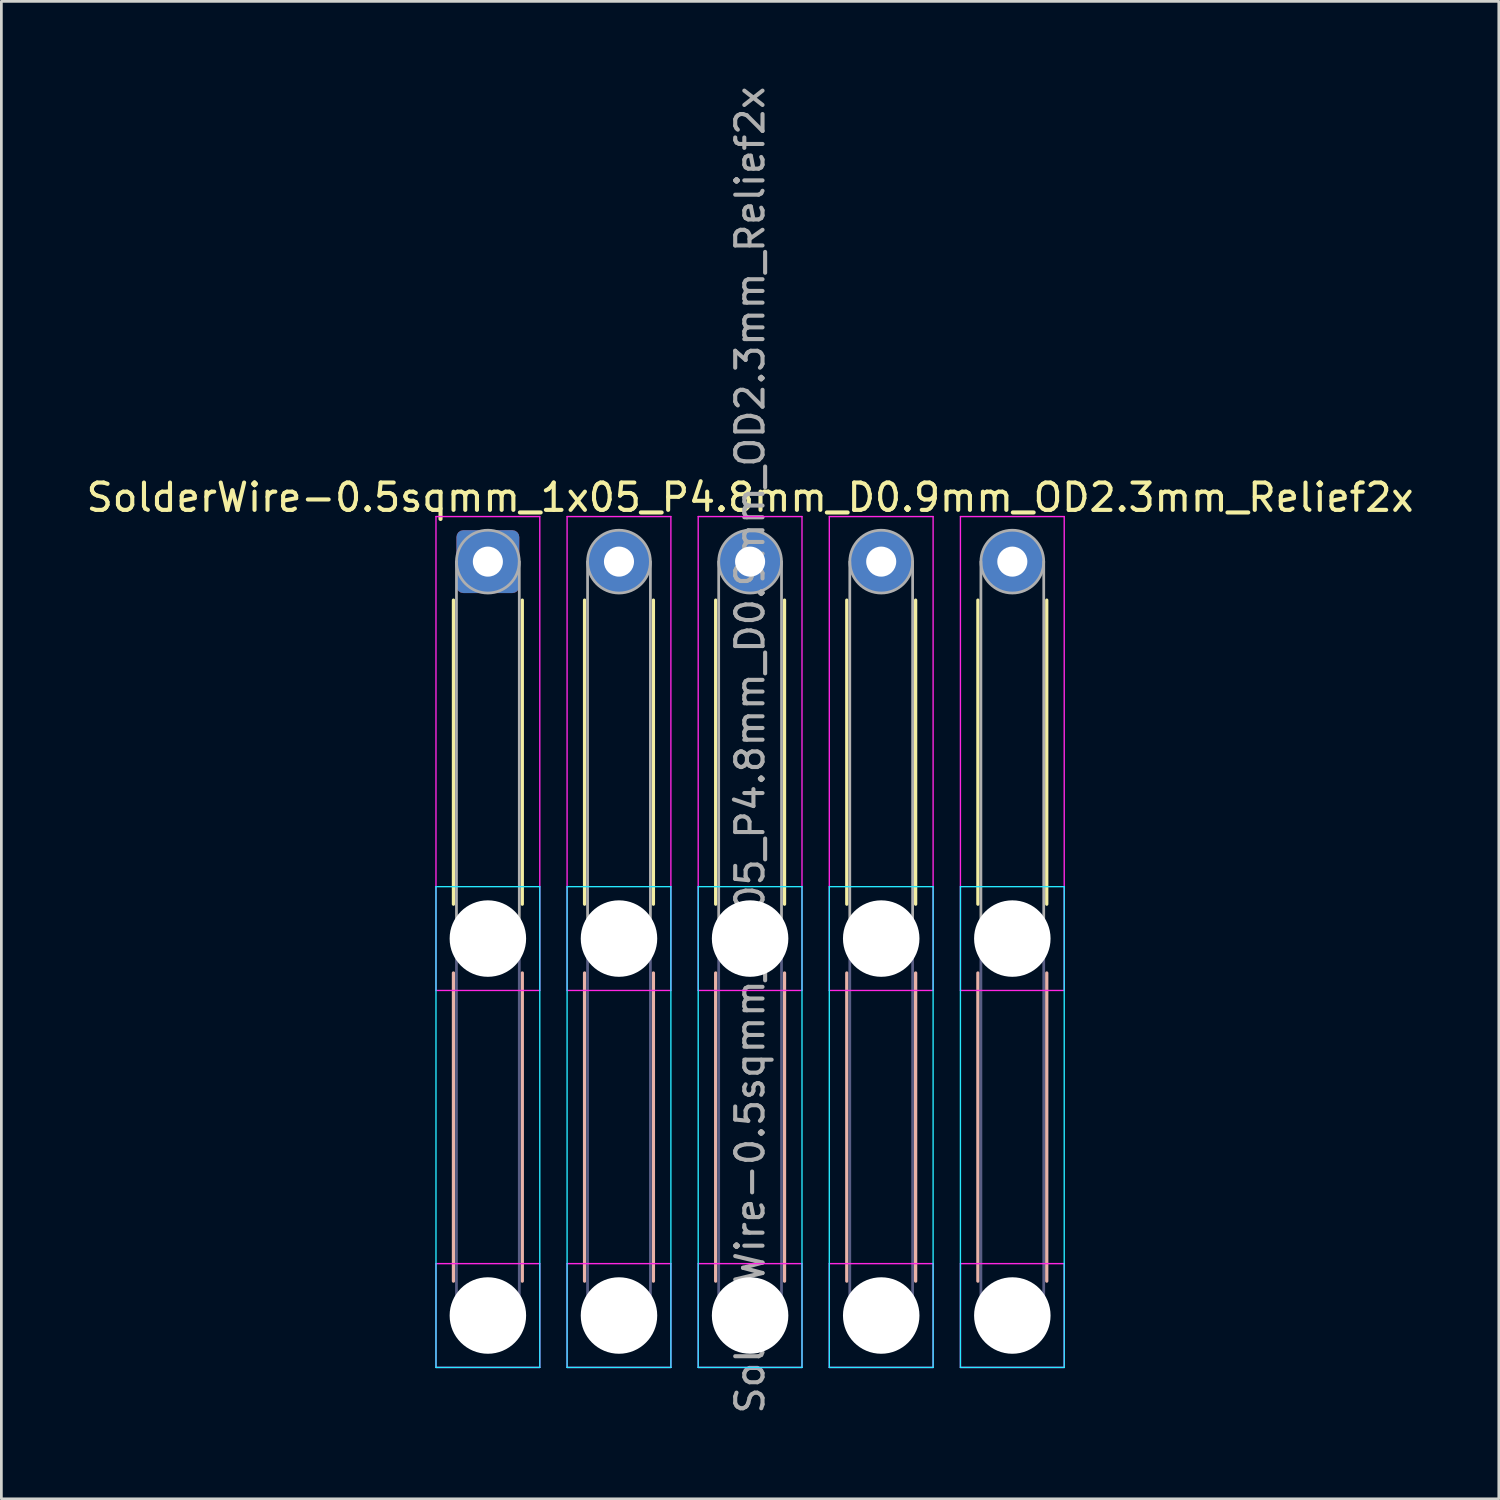
<source format=kicad_pcb>
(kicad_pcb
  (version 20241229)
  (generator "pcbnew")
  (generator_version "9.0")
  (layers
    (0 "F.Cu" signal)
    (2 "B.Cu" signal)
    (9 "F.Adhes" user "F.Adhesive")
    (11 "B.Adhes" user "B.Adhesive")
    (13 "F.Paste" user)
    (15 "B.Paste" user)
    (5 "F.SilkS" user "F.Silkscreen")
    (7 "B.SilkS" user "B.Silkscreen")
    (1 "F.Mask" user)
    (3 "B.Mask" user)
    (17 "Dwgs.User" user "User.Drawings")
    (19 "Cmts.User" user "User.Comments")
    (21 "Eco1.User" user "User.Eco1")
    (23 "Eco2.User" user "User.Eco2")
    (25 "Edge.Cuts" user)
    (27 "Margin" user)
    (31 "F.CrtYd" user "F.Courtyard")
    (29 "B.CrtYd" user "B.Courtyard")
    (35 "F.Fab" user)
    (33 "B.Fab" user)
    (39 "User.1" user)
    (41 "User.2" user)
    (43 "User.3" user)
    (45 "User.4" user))
  (footprint "SolderWire-0.5sqmm_1x05_P4.8mm_D0.9mm_OD2.3mm_Relief2x"
    (layer "F.Cu")
    (at 14.811 17.511)
    (property "Reference" "SolderWire-0.5sqmm_1x05_P4.8mm_D0.9mm_OD2.3mm_Relief2x" (at 9.6 -2.35 0) (layer "F.SilkS") (effects (font (size 1 1) (thickness 0.15))))
    (attr exclude_from_pos_files exclude_from_bom)
    (fp_line (start -1.26 1.41) (end -1.26 12.54) (stroke (width 0.12) (type solid)) (layer "F.SilkS"))
    (fp_line (start 1.26 1.41) (end 1.26 12.54) (stroke (width 0.12) (type solid)) (layer "F.SilkS"))
    (fp_line (start 3.54 1.41) (end 3.54 12.54) (stroke (width 0.12) (type solid)) (layer "F.SilkS"))
    (fp_line (start 6.06 1.41) (end 6.06 12.54) (stroke (width 0.12) (type solid)) (layer "F.SilkS"))
    (fp_line (start 8.34 1.41) (end 8.34 12.54) (stroke (width 0.12) (type solid)) (layer "F.SilkS"))
    (fp_line (start 10.86 1.41) (end 10.86 12.54) (stroke (width 0.12) (type solid)) (layer "F.SilkS"))
    (fp_line (start 13.14 1.41) (end 13.14 12.54) (stroke (width 0.12) (type solid)) (layer "F.SilkS"))
    (fp_line (start 15.66 1.41) (end 15.66 12.54) (stroke (width 0.12) (type solid)) (layer "F.SilkS"))
    (fp_line (start 17.94 1.41) (end 17.94 12.54) (stroke (width 0.12) (type solid)) (layer "F.SilkS"))
    (fp_line (start 20.46 1.41) (end 20.46 12.54) (stroke (width 0.12) (type solid)) (layer "F.SilkS"))
    (fp_line (start -1.26 15.06) (end -1.26 26.34) (stroke (width 0.12) (type solid)) (layer "B.SilkS"))
    (fp_line (start 1.26 15.06) (end 1.26 26.34) (stroke (width 0.12) (type solid)) (layer "B.SilkS"))
    (fp_line (start 3.54 15.06) (end 3.54 26.34) (stroke (width 0.12) (type solid)) (layer "B.SilkS"))
    (fp_line (start 6.06 15.06) (end 6.06 26.34) (stroke (width 0.12) (type solid)) (layer "B.SilkS"))
    (fp_line (start 8.34 15.06) (end 8.34 26.34) (stroke (width 0.12) (type solid)) (layer "B.SilkS"))
    (fp_line (start 10.86 15.06) (end 10.86 26.34) (stroke (width 0.12) (type solid)) (layer "B.SilkS"))
    (fp_line (start 13.14 15.06) (end 13.14 26.34) (stroke (width 0.12) (type solid)) (layer "B.SilkS"))
    (fp_line (start 15.66 15.06) (end 15.66 26.34) (stroke (width 0.12) (type solid)) (layer "B.SilkS"))
    (fp_line (start 17.94 15.06) (end 17.94 26.34) (stroke (width 0.12) (type solid)) (layer "B.SilkS"))
    (fp_line (start 20.46 15.06) (end 20.46 26.34) (stroke (width 0.12) (type solid)) (layer "B.SilkS"))
    (fp_line (start -1.9 11.9) (end -1.9 29.5) (stroke (width 0.05) (type solid)) (layer "B.CrtYd"))
    (fp_line (start -1.9 29.5) (end 1.9 29.5) (stroke (width 0.05) (type solid)) (layer "B.CrtYd"))
    (fp_line (start 1.9 11.9) (end -1.9 11.9) (stroke (width 0.05) (type solid)) (layer "B.CrtYd"))
    (fp_line (start 1.9 29.5) (end 1.9 11.9) (stroke (width 0.05) (type solid)) (layer "B.CrtYd"))
    (fp_line (start 2.9 11.9) (end 2.9 29.5) (stroke (width 0.05) (type solid)) (layer "B.CrtYd"))
    (fp_line (start 2.9 29.5) (end 6.7 29.5) (stroke (width 0.05) (type solid)) (layer "B.CrtYd"))
    (fp_line (start 6.7 11.9) (end 2.9 11.9) (stroke (width 0.05) (type solid)) (layer "B.CrtYd"))
    (fp_line (start 6.7 29.5) (end 6.7 11.9) (stroke (width 0.05) (type solid)) (layer "B.CrtYd"))
    (fp_line (start 7.7 11.9) (end 7.7 29.5) (stroke (width 0.05) (type solid)) (layer "B.CrtYd"))
    (fp_line (start 7.7 29.5) (end 11.5 29.5) (stroke (width 0.05) (type solid)) (layer "B.CrtYd"))
    (fp_line (start 11.5 11.9) (end 7.7 11.9) (stroke (width 0.05) (type solid)) (layer "B.CrtYd"))
    (fp_line (start 11.5 29.5) (end 11.5 11.9) (stroke (width 0.05) (type solid)) (layer "B.CrtYd"))
    (fp_line (start 12.5 11.9) (end 12.5 29.5) (stroke (width 0.05) (type solid)) (layer "B.CrtYd"))
    (fp_line (start 12.5 29.5) (end 16.3 29.5) (stroke (width 0.05) (type solid)) (layer "B.CrtYd"))
    (fp_line (start 16.3 11.9) (end 12.5 11.9) (stroke (width 0.05) (type solid)) (layer "B.CrtYd"))
    (fp_line (start 16.3 29.5) (end 16.3 11.9) (stroke (width 0.05) (type solid)) (layer "B.CrtYd"))
    (fp_line (start 17.3 11.9) (end 17.3 29.5) (stroke (width 0.05) (type solid)) (layer "B.CrtYd"))
    (fp_line (start 17.3 29.5) (end 21.1 29.5) (stroke (width 0.05) (type solid)) (layer "B.CrtYd"))
    (fp_line (start 21.1 11.9) (end 17.3 11.9) (stroke (width 0.05) (type solid)) (layer "B.CrtYd"))
    (fp_line (start 21.1 29.5) (end 21.1 11.9) (stroke (width 0.05) (type solid)) (layer "B.CrtYd"))
    (fp_line (start -1.9 -1.65) (end -1.9 15.7) (stroke (width 0.05) (type solid)) (layer "F.CrtYd"))
    (fp_line (start -1.9 15.7) (end 1.9 15.7) (stroke (width 0.05) (type solid)) (layer "F.CrtYd"))
    (fp_line (start -1.9 25.7) (end -1.9 29.5) (stroke (width 0.05) (type solid)) (layer "F.CrtYd"))
    (fp_line (start -1.9 29.5) (end 1.9 29.5) (stroke (width 0.05) (type solid)) (layer "F.CrtYd"))
    (fp_line (start 1.9 -1.65) (end -1.9 -1.65) (stroke (width 0.05) (type solid)) (layer "F.CrtYd"))
    (fp_line (start 1.9 15.7) (end 1.9 -1.65) (stroke (width 0.05) (type solid)) (layer "F.CrtYd"))
    (fp_line (start 1.9 25.7) (end -1.9 25.7) (stroke (width 0.05) (type solid)) (layer "F.CrtYd"))
    (fp_line (start 1.9 29.5) (end 1.9 25.7) (stroke (width 0.05) (type solid)) (layer "F.CrtYd"))
    (fp_line (start 2.9 -1.65) (end 2.9 15.7) (stroke (width 0.05) (type solid)) (layer "F.CrtYd"))
    (fp_line (start 2.9 15.7) (end 6.7 15.7) (stroke (width 0.05) (type solid)) (layer "F.CrtYd"))
    (fp_line (start 2.9 25.7) (end 2.9 29.5) (stroke (width 0.05) (type solid)) (layer "F.CrtYd"))
    (fp_line (start 2.9 29.5) (end 6.7 29.5) (stroke (width 0.05) (type solid)) (layer "F.CrtYd"))
    (fp_line (start 6.7 -1.65) (end 2.9 -1.65) (stroke (width 0.05) (type solid)) (layer "F.CrtYd"))
    (fp_line (start 6.7 15.7) (end 6.7 -1.65) (stroke (width 0.05) (type solid)) (layer "F.CrtYd"))
    (fp_line (start 6.7 25.7) (end 2.9 25.7) (stroke (width 0.05) (type solid)) (layer "F.CrtYd"))
    (fp_line (start 6.7 29.5) (end 6.7 25.7) (stroke (width 0.05) (type solid)) (layer "F.CrtYd"))
    (fp_line (start 7.7 -1.65) (end 7.7 15.7) (stroke (width 0.05) (type solid)) (layer "F.CrtYd"))
    (fp_line (start 7.7 15.7) (end 11.5 15.7) (stroke (width 0.05) (type solid)) (layer "F.CrtYd"))
    (fp_line (start 7.7 25.7) (end 7.7 29.5) (stroke (width 0.05) (type solid)) (layer "F.CrtYd"))
    (fp_line (start 7.7 29.5) (end 11.5 29.5) (stroke (width 0.05) (type solid)) (layer "F.CrtYd"))
    (fp_line (start 11.5 -1.65) (end 7.7 -1.65) (stroke (width 0.05) (type solid)) (layer "F.CrtYd"))
    (fp_line (start 11.5 15.7) (end 11.5 -1.65) (stroke (width 0.05) (type solid)) (layer "F.CrtYd"))
    (fp_line (start 11.5 25.7) (end 7.7 25.7) (stroke (width 0.05) (type solid)) (layer "F.CrtYd"))
    (fp_line (start 11.5 29.5) (end 11.5 25.7) (stroke (width 0.05) (type solid)) (layer "F.CrtYd"))
    (fp_line (start 12.5 -1.65) (end 12.5 15.7) (stroke (width 0.05) (type solid)) (layer "F.CrtYd"))
    (fp_line (start 12.5 15.7) (end 16.3 15.7) (stroke (width 0.05) (type solid)) (layer "F.CrtYd"))
    (fp_line (start 12.5 25.7) (end 12.5 29.5) (stroke (width 0.05) (type solid)) (layer "F.CrtYd"))
    (fp_line (start 12.5 29.5) (end 16.3 29.5) (stroke (width 0.05) (type solid)) (layer "F.CrtYd"))
    (fp_line (start 16.3 -1.65) (end 12.5 -1.65) (stroke (width 0.05) (type solid)) (layer "F.CrtYd"))
    (fp_line (start 16.3 15.7) (end 16.3 -1.65) (stroke (width 0.05) (type solid)) (layer "F.CrtYd"))
    (fp_line (start 16.3 25.7) (end 12.5 25.7) (stroke (width 0.05) (type solid)) (layer "F.CrtYd"))
    (fp_line (start 16.3 29.5) (end 16.3 25.7) (stroke (width 0.05) (type solid)) (layer "F.CrtYd"))
    (fp_line (start 17.3 -1.65) (end 17.3 15.7) (stroke (width 0.05) (type solid)) (layer "F.CrtYd"))
    (fp_line (start 17.3 15.7) (end 21.1 15.7) (stroke (width 0.05) (type solid)) (layer "F.CrtYd"))
    (fp_line (start 17.3 25.7) (end 17.3 29.5) (stroke (width 0.05) (type solid)) (layer "F.CrtYd"))
    (fp_line (start 17.3 29.5) (end 21.1 29.5) (stroke (width 0.05) (type solid)) (layer "F.CrtYd"))
    (fp_line (start 21.1 -1.65) (end 17.3 -1.65) (stroke (width 0.05) (type solid)) (layer "F.CrtYd"))
    (fp_line (start 21.1 15.7) (end 21.1 -1.65) (stroke (width 0.05) (type solid)) (layer "F.CrtYd"))
    (fp_line (start 21.1 25.7) (end 17.3 25.7) (stroke (width 0.05) (type solid)) (layer "F.CrtYd"))
    (fp_line (start 21.1 29.5) (end 21.1 25.7) (stroke (width 0.05) (type solid)) (layer "F.CrtYd"))
    (fp_line (start -1.15 13.8) (end -1.15 27.6) (stroke (width 0.1) (type solid)) (layer "B.Fab"))
    (fp_line (start 1.15 13.8) (end 1.15 27.6) (stroke (width 0.1) (type solid)) (layer "B.Fab"))
    (fp_line (start 3.65 13.8) (end 3.65 27.6) (stroke (width 0.1) (type solid)) (layer "B.Fab"))
    (fp_line (start 5.95 13.8) (end 5.95 27.6) (stroke (width 0.1) (type solid)) (layer "B.Fab"))
    (fp_line (start 8.45 13.8) (end 8.45 27.6) (stroke (width 0.1) (type solid)) (layer "B.Fab"))
    (fp_line (start 10.75 13.8) (end 10.75 27.6) (stroke (width 0.1) (type solid)) (layer "B.Fab"))
    (fp_line (start 13.25 13.8) (end 13.25 27.6) (stroke (width 0.1) (type solid)) (layer "B.Fab"))
    (fp_line (start 15.55 13.8) (end 15.55 27.6) (stroke (width 0.1) (type solid)) (layer "B.Fab"))
    (fp_line (start 18.05 13.8) (end 18.05 27.6) (stroke (width 0.1) (type solid)) (layer "B.Fab"))
    (fp_line (start 20.35 13.8) (end 20.35 27.6) (stroke (width 0.1) (type solid)) (layer "B.Fab"))
    (fp_circle (center 0 13.8) (end 1.15 13.8) (stroke (width 0.1) (type solid)) (fill no) (layer "B.Fab"))
    (fp_circle (center 0 27.6) (end 1.15 27.6) (stroke (width 0.1) (type solid)) (fill no) (layer "B.Fab"))
    (fp_circle (center 4.8 13.8) (end 5.95 13.8) (stroke (width 0.1) (type solid)) (fill no) (layer "B.Fab"))
    (fp_circle (center 4.8 27.6) (end 5.95 27.6) (stroke (width 0.1) (type solid)) (fill no) (layer "B.Fab"))
    (fp_circle (center 9.6 13.8) (end 10.75 13.8) (stroke (width 0.1) (type solid)) (fill no) (layer "B.Fab"))
    (fp_circle (center 9.6 27.6) (end 10.75 27.6) (stroke (width 0.1) (type solid)) (fill no) (layer "B.Fab"))
    (fp_circle (center 14.4 13.8) (end 15.55 13.8) (stroke (width 0.1) (type solid)) (fill no) (layer "B.Fab"))
    (fp_circle (center 14.4 27.6) (end 15.55 27.6) (stroke (width 0.1) (type solid)) (fill no) (layer "B.Fab"))
    (fp_circle (center 19.2 13.8) (end 20.35 13.8) (stroke (width 0.1) (type solid)) (fill no) (layer "B.Fab"))
    (fp_circle (center 19.2 27.6) (end 20.35 27.6) (stroke (width 0.1) (type solid)) (fill no) (layer "B.Fab"))
    (fp_line (start -1.15 0) (end -1.15 13.8) (stroke (width 0.1) (type solid)) (layer "F.Fab"))
    (fp_line (start 1.15 0) (end 1.15 13.8) (stroke (width 0.1) (type solid)) (layer "F.Fab"))
    (fp_line (start 3.65 0) (end 3.65 13.8) (stroke (width 0.1) (type solid)) (layer "F.Fab"))
    (fp_line (start 5.95 0) (end 5.95 13.8) (stroke (width 0.1) (type solid)) (layer "F.Fab"))
    (fp_line (start 8.45 0) (end 8.45 13.8) (stroke (width 0.1) (type solid)) (layer "F.Fab"))
    (fp_line (start 10.75 0) (end 10.75 13.8) (stroke (width 0.1) (type solid)) (layer "F.Fab"))
    (fp_line (start 13.25 0) (end 13.25 13.8) (stroke (width 0.1) (type solid)) (layer "F.Fab"))
    (fp_line (start 15.55 0) (end 15.55 13.8) (stroke (width 0.1) (type solid)) (layer "F.Fab"))
    (fp_line (start 18.05 0) (end 18.05 13.8) (stroke (width 0.1) (type solid)) (layer "F.Fab"))
    (fp_line (start 20.35 0) (end 20.35 13.8) (stroke (width 0.1) (type solid)) (layer "F.Fab"))
    (fp_circle (center 0 0) (end 1.15 0) (stroke (width 0.1) (type solid)) (fill no) (layer "F.Fab"))
    (fp_circle (center 0 13.8) (end 1.15 13.8) (stroke (width 0.1) (type solid)) (fill no) (layer "F.Fab"))
    (fp_circle (center 0 27.6) (end 1.15 27.6) (stroke (width 0.1) (type solid)) (fill no) (layer "F.Fab"))
    (fp_circle (center 4.8 0) (end 5.95 0) (stroke (width 0.1) (type solid)) (fill no) (layer "F.Fab"))
    (fp_circle (center 4.8 13.8) (end 5.95 13.8) (stroke (width 0.1) (type solid)) (fill no) (layer "F.Fab"))
    (fp_circle (center 4.8 27.6) (end 5.95 27.6) (stroke (width 0.1) (type solid)) (fill no) (layer "F.Fab"))
    (fp_circle (center 9.6 0) (end 10.75 0) (stroke (width 0.1) (type solid)) (fill no) (layer "F.Fab"))
    (fp_circle (center 9.6 13.8) (end 10.75 13.8) (stroke (width 0.1) (type solid)) (fill no) (layer "F.Fab"))
    (fp_circle (center 9.6 27.6) (end 10.75 27.6) (stroke (width 0.1) (type solid)) (fill no) (layer "F.Fab"))
    (fp_circle (center 14.4 0) (end 15.55 0) (stroke (width 0.1) (type solid)) (fill no) (layer "F.Fab"))
    (fp_circle (center 14.4 13.8) (end 15.55 13.8) (stroke (width 0.1) (type solid)) (fill no) (layer "F.Fab"))
    (fp_circle (center 14.4 27.6) (end 15.55 27.6) (stroke (width 0.1) (type solid)) (fill no) (layer "F.Fab"))
    (fp_circle (center 19.2 0) (end 20.35 0) (stroke (width 0.1) (type solid)) (fill no) (layer "F.Fab"))
    (fp_circle (center 19.2 13.8) (end 20.35 13.8) (stroke (width 0.1) (type solid)) (fill no) (layer "F.Fab"))
    (fp_circle (center 19.2 27.6) (end 20.35 27.6) (stroke (width 0.1) (type solid)) (fill no) (layer "F.Fab"))
    (fp_text user "${REFERENCE}" (at 9.6 6.9 90) (layer "F.Fab") (effects (font (size 1 1) (thickness 0.15))))
    (pad "" np_thru_hole circle (at 0 13.8) (size 2.8 2.8) (drill 2.8) (layers "*.Cu" "*.Mask"))
    (pad "" np_thru_hole circle (at 0 27.6) (size 2.8 2.8) (drill 2.8) (layers "*.Cu" "*.Mask"))
    (pad "" np_thru_hole circle (at 4.8 13.8) (size 2.8 2.8) (drill 2.8) (layers "*.Cu" "*.Mask"))
    (pad "" np_thru_hole circle (at 4.8 27.6) (size 2.8 2.8) (drill 2.8) (layers "*.Cu" "*.Mask"))
    (pad "" np_thru_hole circle (at 9.6 13.8) (size 2.8 2.8) (drill 2.8) (layers "*.Cu" "*.Mask"))
    (pad "" np_thru_hole circle (at 9.6 27.6) (size 2.8 2.8) (drill 2.8) (layers "*.Cu" "*.Mask"))
    (pad "" np_thru_hole circle (at 14.4 13.8) (size 2.8 2.8) (drill 2.8) (layers "*.Cu" "*.Mask"))
    (pad "" np_thru_hole circle (at 14.4 27.6) (size 2.8 2.8) (drill 2.8) (layers "*.Cu" "*.Mask"))
    (pad "" np_thru_hole circle (at 19.2 13.8) (size 2.8 2.8) (drill 2.8) (layers "*.Cu" "*.Mask"))
    (pad "" np_thru_hole circle (at 19.2 27.6) (size 2.8 2.8) (drill 2.8) (layers "*.Cu" "*.Mask"))
    (pad "1" thru_hole roundrect (at 0 0) (size 2.3 2.3) (drill 1.1) (layers "*.Cu" "*.Mask") (roundrect_rratio 0.109))
    (pad "2" thru_hole circle (at 4.8 0) (size 2.3 2.3) (drill 1.1) (layers "*.Cu" "*.Mask"))
    (pad "3" thru_hole circle (at 9.6 0) (size 2.3 2.3) (drill 1.1) (layers "*.Cu" "*.Mask"))
    (pad "4" thru_hole circle (at 14.4 0) (size 2.3 2.3) (drill 1.1) (layers "*.Cu" "*.Mask"))
    (pad "5" thru_hole circle (at 19.2 0) (size 2.3 2.3) (drill 1.1) (layers "*.Cu" "*.Mask")))
  (gr_rect
    (start -3 -3)
    (end 51.821 51.821)
    (stroke (width 0.1) (type default))
    (fill no)
    (layer "Edge.Cuts")))
</source>
